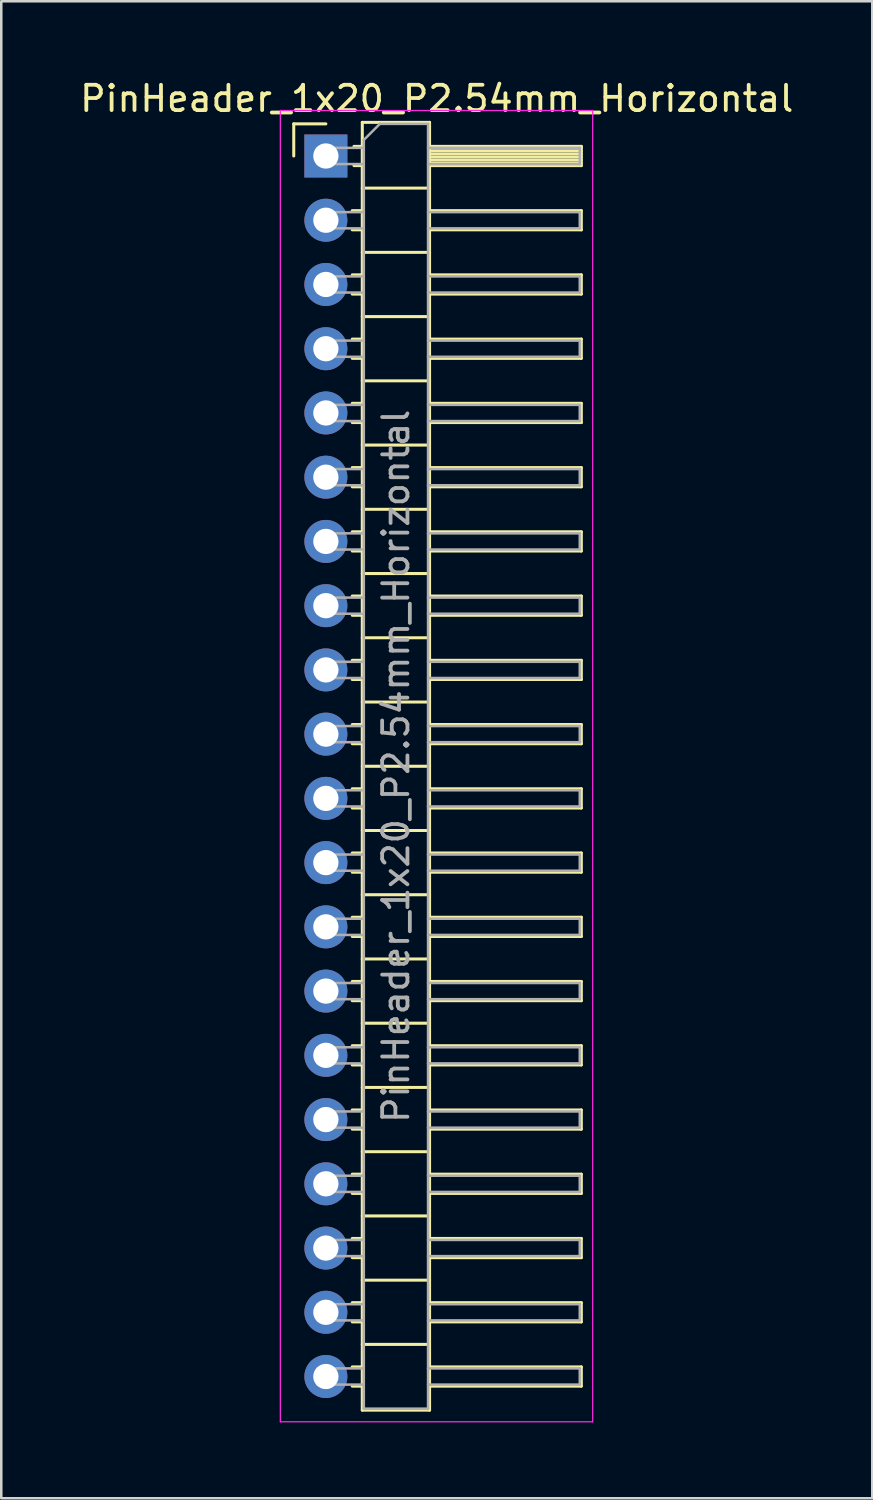
<source format=kicad_pcb>
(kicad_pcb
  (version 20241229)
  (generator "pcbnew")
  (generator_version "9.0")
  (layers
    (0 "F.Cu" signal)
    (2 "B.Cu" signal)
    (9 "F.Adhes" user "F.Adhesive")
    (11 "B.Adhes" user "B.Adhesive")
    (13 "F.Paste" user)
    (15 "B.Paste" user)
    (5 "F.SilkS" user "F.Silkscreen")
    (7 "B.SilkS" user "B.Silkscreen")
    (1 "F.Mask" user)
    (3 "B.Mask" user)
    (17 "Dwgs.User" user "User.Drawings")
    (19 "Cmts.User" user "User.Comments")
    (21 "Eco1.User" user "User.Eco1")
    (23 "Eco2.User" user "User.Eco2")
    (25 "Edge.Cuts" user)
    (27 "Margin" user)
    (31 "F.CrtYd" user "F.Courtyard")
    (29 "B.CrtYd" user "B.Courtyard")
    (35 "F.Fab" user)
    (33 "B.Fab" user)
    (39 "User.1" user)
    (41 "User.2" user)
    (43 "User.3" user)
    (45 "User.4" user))
  (footprint "PinHeader_1x20_P2.54mm_Horizontal"
    (layer "F.Cu")
    (at 9.835 3.118)
    (property "Reference" "PinHeader_1x20_P2.54mm_Horizontal" (at 4.385 -2.27 0) (layer "F.SilkS") (effects (font (size 1 1) (thickness 0.15))))
    (attr through_hole)
    (fp_line (start -1.27 -1.27) (end 0 -1.27) (stroke (width 0.12) (type solid)) (layer "F.SilkS"))
    (fp_line (start -1.27 0) (end -1.27 -1.27) (stroke (width 0.12) (type solid)) (layer "F.SilkS"))
    (fp_line (start 1.043 2.16) (end 1.44 2.16) (stroke (width 0.12) (type solid)) (layer "F.SilkS"))
    (fp_line (start 1.043 2.92) (end 1.44 2.92) (stroke (width 0.12) (type solid)) (layer "F.SilkS"))
    (fp_line (start 1.043 4.7) (end 1.44 4.7) (stroke (width 0.12) (type solid)) (layer "F.SilkS"))
    (fp_line (start 1.043 5.46) (end 1.44 5.46) (stroke (width 0.12) (type solid)) (layer "F.SilkS"))
    (fp_line (start 1.043 7.24) (end 1.44 7.24) (stroke (width 0.12) (type solid)) (layer "F.SilkS"))
    (fp_line (start 1.043 8) (end 1.44 8) (stroke (width 0.12) (type solid)) (layer "F.SilkS"))
    (fp_line (start 1.043 9.78) (end 1.44 9.78) (stroke (width 0.12) (type solid)) (layer "F.SilkS"))
    (fp_line (start 1.043 10.54) (end 1.44 10.54) (stroke (width 0.12) (type solid)) (layer "F.SilkS"))
    (fp_line (start 1.043 12.32) (end 1.44 12.32) (stroke (width 0.12) (type solid)) (layer "F.SilkS"))
    (fp_line (start 1.043 13.08) (end 1.44 13.08) (stroke (width 0.12) (type solid)) (layer "F.SilkS"))
    (fp_line (start 1.043 14.86) (end 1.44 14.86) (stroke (width 0.12) (type solid)) (layer "F.SilkS"))
    (fp_line (start 1.043 15.62) (end 1.44 15.62) (stroke (width 0.12) (type solid)) (layer "F.SilkS"))
    (fp_line (start 1.043 17.4) (end 1.44 17.4) (stroke (width 0.12) (type solid)) (layer "F.SilkS"))
    (fp_line (start 1.043 18.16) (end 1.44 18.16) (stroke (width 0.12) (type solid)) (layer "F.SilkS"))
    (fp_line (start 1.043 19.94) (end 1.44 19.94) (stroke (width 0.12) (type solid)) (layer "F.SilkS"))
    (fp_line (start 1.043 20.7) (end 1.44 20.7) (stroke (width 0.12) (type solid)) (layer "F.SilkS"))
    (fp_line (start 1.043 22.48) (end 1.44 22.48) (stroke (width 0.12) (type solid)) (layer "F.SilkS"))
    (fp_line (start 1.043 23.24) (end 1.44 23.24) (stroke (width 0.12) (type solid)) (layer "F.SilkS"))
    (fp_line (start 1.043 25.02) (end 1.44 25.02) (stroke (width 0.12) (type solid)) (layer "F.SilkS"))
    (fp_line (start 1.043 25.78) (end 1.44 25.78) (stroke (width 0.12) (type solid)) (layer "F.SilkS"))
    (fp_line (start 1.043 27.56) (end 1.44 27.56) (stroke (width 0.12) (type solid)) (layer "F.SilkS"))
    (fp_line (start 1.043 28.32) (end 1.44 28.32) (stroke (width 0.12) (type solid)) (layer "F.SilkS"))
    (fp_line (start 1.043 30.1) (end 1.44 30.1) (stroke (width 0.12) (type solid)) (layer "F.SilkS"))
    (fp_line (start 1.043 30.86) (end 1.44 30.86) (stroke (width 0.12) (type solid)) (layer "F.SilkS"))
    (fp_line (start 1.043 32.64) (end 1.44 32.64) (stroke (width 0.12) (type solid)) (layer "F.SilkS"))
    (fp_line (start 1.043 33.4) (end 1.44 33.4) (stroke (width 0.12) (type solid)) (layer "F.SilkS"))
    (fp_line (start 1.043 35.18) (end 1.44 35.18) (stroke (width 0.12) (type solid)) (layer "F.SilkS"))
    (fp_line (start 1.043 35.94) (end 1.44 35.94) (stroke (width 0.12) (type solid)) (layer "F.SilkS"))
    (fp_line (start 1.043 37.72) (end 1.44 37.72) (stroke (width 0.12) (type solid)) (layer "F.SilkS"))
    (fp_line (start 1.043 38.48) (end 1.44 38.48) (stroke (width 0.12) (type solid)) (layer "F.SilkS"))
    (fp_line (start 1.043 40.26) (end 1.44 40.26) (stroke (width 0.12) (type solid)) (layer "F.SilkS"))
    (fp_line (start 1.043 41.02) (end 1.44 41.02) (stroke (width 0.12) (type solid)) (layer "F.SilkS"))
    (fp_line (start 1.043 42.8) (end 1.44 42.8) (stroke (width 0.12) (type solid)) (layer "F.SilkS"))
    (fp_line (start 1.043 43.56) (end 1.44 43.56) (stroke (width 0.12) (type solid)) (layer "F.SilkS"))
    (fp_line (start 1.043 45.34) (end 1.44 45.34) (stroke (width 0.12) (type solid)) (layer "F.SilkS"))
    (fp_line (start 1.043 46.1) (end 1.44 46.1) (stroke (width 0.12) (type solid)) (layer "F.SilkS"))
    (fp_line (start 1.043 47.88) (end 1.44 47.88) (stroke (width 0.12) (type solid)) (layer "F.SilkS"))
    (fp_line (start 1.043 48.64) (end 1.44 48.64) (stroke (width 0.12) (type solid)) (layer "F.SilkS"))
    (fp_line (start 1.11 -0.38) (end 1.44 -0.38) (stroke (width 0.12) (type solid)) (layer "F.SilkS"))
    (fp_line (start 1.11 0.38) (end 1.44 0.38) (stroke (width 0.12) (type solid)) (layer "F.SilkS"))
    (fp_line (start 1.44 -1.33) (end 1.44 49.59) (stroke (width 0.12) (type solid)) (layer "F.SilkS"))
    (fp_line (start 1.44 1.27) (end 4.1 1.27) (stroke (width 0.12) (type solid)) (layer "F.SilkS"))
    (fp_line (start 1.44 3.81) (end 4.1 3.81) (stroke (width 0.12) (type solid)) (layer "F.SilkS"))
    (fp_line (start 1.44 6.35) (end 4.1 6.35) (stroke (width 0.12) (type solid)) (layer "F.SilkS"))
    (fp_line (start 1.44 8.89) (end 4.1 8.89) (stroke (width 0.12) (type solid)) (layer "F.SilkS"))
    (fp_line (start 1.44 11.43) (end 4.1 11.43) (stroke (width 0.12) (type solid)) (layer "F.SilkS"))
    (fp_line (start 1.44 13.97) (end 4.1 13.97) (stroke (width 0.12) (type solid)) (layer "F.SilkS"))
    (fp_line (start 1.44 16.51) (end 4.1 16.51) (stroke (width 0.12) (type solid)) (layer "F.SilkS"))
    (fp_line (start 1.44 19.05) (end 4.1 19.05) (stroke (width 0.12) (type solid)) (layer "F.SilkS"))
    (fp_line (start 1.44 21.59) (end 4.1 21.59) (stroke (width 0.12) (type solid)) (layer "F.SilkS"))
    (fp_line (start 1.44 24.13) (end 4.1 24.13) (stroke (width 0.12) (type solid)) (layer "F.SilkS"))
    (fp_line (start 1.44 26.67) (end 4.1 26.67) (stroke (width 0.12) (type solid)) (layer "F.SilkS"))
    (fp_line (start 1.44 29.21) (end 4.1 29.21) (stroke (width 0.12) (type solid)) (layer "F.SilkS"))
    (fp_line (start 1.44 31.75) (end 4.1 31.75) (stroke (width 0.12) (type solid)) (layer "F.SilkS"))
    (fp_line (start 1.44 34.29) (end 4.1 34.29) (stroke (width 0.12) (type solid)) (layer "F.SilkS"))
    (fp_line (start 1.44 36.83) (end 4.1 36.83) (stroke (width 0.12) (type solid)) (layer "F.SilkS"))
    (fp_line (start 1.44 39.37) (end 4.1 39.37) (stroke (width 0.12) (type solid)) (layer "F.SilkS"))
    (fp_line (start 1.44 41.91) (end 4.1 41.91) (stroke (width 0.12) (type solid)) (layer "F.SilkS"))
    (fp_line (start 1.44 44.45) (end 4.1 44.45) (stroke (width 0.12) (type solid)) (layer "F.SilkS"))
    (fp_line (start 1.44 46.99) (end 4.1 46.99) (stroke (width 0.12) (type solid)) (layer "F.SilkS"))
    (fp_line (start 1.44 49.59) (end 4.1 49.59) (stroke (width 0.12) (type solid)) (layer "F.SilkS"))
    (fp_line (start 4.1 -1.33) (end 1.44 -1.33) (stroke (width 0.12) (type solid)) (layer "F.SilkS"))
    (fp_line (start 4.1 -0.38) (end 10.1 -0.38) (stroke (width 0.12) (type solid)) (layer "F.SilkS"))
    (fp_line (start 4.1 -0.32) (end 10.1 -0.32) (stroke (width 0.12) (type solid)) (layer "F.SilkS"))
    (fp_line (start 4.1 -0.2) (end 10.1 -0.2) (stroke (width 0.12) (type solid)) (layer "F.SilkS"))
    (fp_line (start 4.1 -0.08) (end 10.1 -0.08) (stroke (width 0.12) (type solid)) (layer "F.SilkS"))
    (fp_line (start 4.1 0.04) (end 10.1 0.04) (stroke (width 0.12) (type solid)) (layer "F.SilkS"))
    (fp_line (start 4.1 0.16) (end 10.1 0.16) (stroke (width 0.12) (type solid)) (layer "F.SilkS"))
    (fp_line (start 4.1 0.28) (end 10.1 0.28) (stroke (width 0.12) (type solid)) (layer "F.SilkS"))
    (fp_line (start 4.1 2.16) (end 10.1 2.16) (stroke (width 0.12) (type solid)) (layer "F.SilkS"))
    (fp_line (start 4.1 4.7) (end 10.1 4.7) (stroke (width 0.12) (type solid)) (layer "F.SilkS"))
    (fp_line (start 4.1 7.24) (end 10.1 7.24) (stroke (width 0.12) (type solid)) (layer "F.SilkS"))
    (fp_line (start 4.1 9.78) (end 10.1 9.78) (stroke (width 0.12) (type solid)) (layer "F.SilkS"))
    (fp_line (start 4.1 12.32) (end 10.1 12.32) (stroke (width 0.12) (type solid)) (layer "F.SilkS"))
    (fp_line (start 4.1 14.86) (end 10.1 14.86) (stroke (width 0.12) (type solid)) (layer "F.SilkS"))
    (fp_line (start 4.1 17.4) (end 10.1 17.4) (stroke (width 0.12) (type solid)) (layer "F.SilkS"))
    (fp_line (start 4.1 19.94) (end 10.1 19.94) (stroke (width 0.12) (type solid)) (layer "F.SilkS"))
    (fp_line (start 4.1 22.48) (end 10.1 22.48) (stroke (width 0.12) (type solid)) (layer "F.SilkS"))
    (fp_line (start 4.1 25.02) (end 10.1 25.02) (stroke (width 0.12) (type solid)) (layer "F.SilkS"))
    (fp_line (start 4.1 27.56) (end 10.1 27.56) (stroke (width 0.12) (type solid)) (layer "F.SilkS"))
    (fp_line (start 4.1 30.1) (end 10.1 30.1) (stroke (width 0.12) (type solid)) (layer "F.SilkS"))
    (fp_line (start 4.1 32.64) (end 10.1 32.64) (stroke (width 0.12) (type solid)) (layer "F.SilkS"))
    (fp_line (start 4.1 35.18) (end 10.1 35.18) (stroke (width 0.12) (type solid)) (layer "F.SilkS"))
    (fp_line (start 4.1 37.72) (end 10.1 37.72) (stroke (width 0.12) (type solid)) (layer "F.SilkS"))
    (fp_line (start 4.1 40.26) (end 10.1 40.26) (stroke (width 0.12) (type solid)) (layer "F.SilkS"))
    (fp_line (start 4.1 42.8) (end 10.1 42.8) (stroke (width 0.12) (type solid)) (layer "F.SilkS"))
    (fp_line (start 4.1 45.34) (end 10.1 45.34) (stroke (width 0.12) (type solid)) (layer "F.SilkS"))
    (fp_line (start 4.1 47.88) (end 10.1 47.88) (stroke (width 0.12) (type solid)) (layer "F.SilkS"))
    (fp_line (start 4.1 49.59) (end 4.1 -1.33) (stroke (width 0.12) (type solid)) (layer "F.SilkS"))
    (fp_line (start 10.1 -0.38) (end 10.1 0.38) (stroke (width 0.12) (type solid)) (layer "F.SilkS"))
    (fp_line (start 10.1 0.38) (end 4.1 0.38) (stroke (width 0.12) (type solid)) (layer "F.SilkS"))
    (fp_line (start 10.1 2.16) (end 10.1 2.92) (stroke (width 0.12) (type solid)) (layer "F.SilkS"))
    (fp_line (start 10.1 2.92) (end 4.1 2.92) (stroke (width 0.12) (type solid)) (layer "F.SilkS"))
    (fp_line (start 10.1 4.7) (end 10.1 5.46) (stroke (width 0.12) (type solid)) (layer "F.SilkS"))
    (fp_line (start 10.1 5.46) (end 4.1 5.46) (stroke (width 0.12) (type solid)) (layer "F.SilkS"))
    (fp_line (start 10.1 7.24) (end 10.1 8) (stroke (width 0.12) (type solid)) (layer "F.SilkS"))
    (fp_line (start 10.1 8) (end 4.1 8) (stroke (width 0.12) (type solid)) (layer "F.SilkS"))
    (fp_line (start 10.1 9.78) (end 10.1 10.54) (stroke (width 0.12) (type solid)) (layer "F.SilkS"))
    (fp_line (start 10.1 10.54) (end 4.1 10.54) (stroke (width 0.12) (type solid)) (layer "F.SilkS"))
    (fp_line (start 10.1 12.32) (end 10.1 13.08) (stroke (width 0.12) (type solid)) (layer "F.SilkS"))
    (fp_line (start 10.1 13.08) (end 4.1 13.08) (stroke (width 0.12) (type solid)) (layer "F.SilkS"))
    (fp_line (start 10.1 14.86) (end 10.1 15.62) (stroke (width 0.12) (type solid)) (layer "F.SilkS"))
    (fp_line (start 10.1 15.62) (end 4.1 15.62) (stroke (width 0.12) (type solid)) (layer "F.SilkS"))
    (fp_line (start 10.1 17.4) (end 10.1 18.16) (stroke (width 0.12) (type solid)) (layer "F.SilkS"))
    (fp_line (start 10.1 18.16) (end 4.1 18.16) (stroke (width 0.12) (type solid)) (layer "F.SilkS"))
    (fp_line (start 10.1 19.94) (end 10.1 20.7) (stroke (width 0.12) (type solid)) (layer "F.SilkS"))
    (fp_line (start 10.1 20.7) (end 4.1 20.7) (stroke (width 0.12) (type solid)) (layer "F.SilkS"))
    (fp_line (start 10.1 22.48) (end 10.1 23.24) (stroke (width 0.12) (type solid)) (layer "F.SilkS"))
    (fp_line (start 10.1 23.24) (end 4.1 23.24) (stroke (width 0.12) (type solid)) (layer "F.SilkS"))
    (fp_line (start 10.1 25.02) (end 10.1 25.78) (stroke (width 0.12) (type solid)) (layer "F.SilkS"))
    (fp_line (start 10.1 25.78) (end 4.1 25.78) (stroke (width 0.12) (type solid)) (layer "F.SilkS"))
    (fp_line (start 10.1 27.56) (end 10.1 28.32) (stroke (width 0.12) (type solid)) (layer "F.SilkS"))
    (fp_line (start 10.1 28.32) (end 4.1 28.32) (stroke (width 0.12) (type solid)) (layer "F.SilkS"))
    (fp_line (start 10.1 30.1) (end 10.1 30.86) (stroke (width 0.12) (type solid)) (layer "F.SilkS"))
    (fp_line (start 10.1 30.86) (end 4.1 30.86) (stroke (width 0.12) (type solid)) (layer "F.SilkS"))
    (fp_line (start 10.1 32.64) (end 10.1 33.4) (stroke (width 0.12) (type solid)) (layer "F.SilkS"))
    (fp_line (start 10.1 33.4) (end 4.1 33.4) (stroke (width 0.12) (type solid)) (layer "F.SilkS"))
    (fp_line (start 10.1 35.18) (end 10.1 35.94) (stroke (width 0.12) (type solid)) (layer "F.SilkS"))
    (fp_line (start 10.1 35.94) (end 4.1 35.94) (stroke (width 0.12) (type solid)) (layer "F.SilkS"))
    (fp_line (start 10.1 37.72) (end 10.1 38.48) (stroke (width 0.12) (type solid)) (layer "F.SilkS"))
    (fp_line (start 10.1 38.48) (end 4.1 38.48) (stroke (width 0.12) (type solid)) (layer "F.SilkS"))
    (fp_line (start 10.1 40.26) (end 10.1 41.02) (stroke (width 0.12) (type solid)) (layer "F.SilkS"))
    (fp_line (start 10.1 41.02) (end 4.1 41.02) (stroke (width 0.12) (type solid)) (layer "F.SilkS"))
    (fp_line (start 10.1 42.8) (end 10.1 43.56) (stroke (width 0.12) (type solid)) (layer "F.SilkS"))
    (fp_line (start 10.1 43.56) (end 4.1 43.56) (stroke (width 0.12) (type solid)) (layer "F.SilkS"))
    (fp_line (start 10.1 45.34) (end 10.1 46.1) (stroke (width 0.12) (type solid)) (layer "F.SilkS"))
    (fp_line (start 10.1 46.1) (end 4.1 46.1) (stroke (width 0.12) (type solid)) (layer "F.SilkS"))
    (fp_line (start 10.1 47.88) (end 10.1 48.64) (stroke (width 0.12) (type solid)) (layer "F.SilkS"))
    (fp_line (start 10.1 48.64) (end 4.1 48.64) (stroke (width 0.12) (type solid)) (layer "F.SilkS"))
    (fp_line (start -1.8 -1.8) (end -1.8 50.05) (stroke (width 0.05) (type solid)) (layer "F.CrtYd"))
    (fp_line (start -1.8 50.05) (end 10.55 50.05) (stroke (width 0.05) (type solid)) (layer "F.CrtYd"))
    (fp_line (start 10.55 -1.8) (end -1.8 -1.8) (stroke (width 0.05) (type solid)) (layer "F.CrtYd"))
    (fp_line (start 10.55 50.05) (end 10.55 -1.8) (stroke (width 0.05) (type solid)) (layer "F.CrtYd"))
    (fp_line (start -0.32 -0.32) (end -0.32 0.32) (stroke (width 0.1) (type solid)) (layer "F.Fab"))
    (fp_line (start -0.32 -0.32) (end 1.5 -0.32) (stroke (width 0.1) (type solid)) (layer "F.Fab"))
    (fp_line (start -0.32 0.32) (end 1.5 0.32) (stroke (width 0.1) (type solid)) (layer "F.Fab"))
    (fp_line (start -0.32 2.22) (end -0.32 2.86) (stroke (width 0.1) (type solid)) (layer "F.Fab"))
    (fp_line (start -0.32 2.22) (end 1.5 2.22) (stroke (width 0.1) (type solid)) (layer "F.Fab"))
    (fp_line (start -0.32 2.86) (end 1.5 2.86) (stroke (width 0.1) (type solid)) (layer "F.Fab"))
    (fp_line (start -0.32 4.76) (end -0.32 5.4) (stroke (width 0.1) (type solid)) (layer "F.Fab"))
    (fp_line (start -0.32 4.76) (end 1.5 4.76) (stroke (width 0.1) (type solid)) (layer "F.Fab"))
    (fp_line (start -0.32 5.4) (end 1.5 5.4) (stroke (width 0.1) (type solid)) (layer "F.Fab"))
    (fp_line (start -0.32 7.3) (end -0.32 7.94) (stroke (width 0.1) (type solid)) (layer "F.Fab"))
    (fp_line (start -0.32 7.3) (end 1.5 7.3) (stroke (width 0.1) (type solid)) (layer "F.Fab"))
    (fp_line (start -0.32 7.94) (end 1.5 7.94) (stroke (width 0.1) (type solid)) (layer "F.Fab"))
    (fp_line (start -0.32 9.84) (end -0.32 10.48) (stroke (width 0.1) (type solid)) (layer "F.Fab"))
    (fp_line (start -0.32 9.84) (end 1.5 9.84) (stroke (width 0.1) (type solid)) (layer "F.Fab"))
    (fp_line (start -0.32 10.48) (end 1.5 10.48) (stroke (width 0.1) (type solid)) (layer "F.Fab"))
    (fp_line (start -0.32 12.38) (end -0.32 13.02) (stroke (width 0.1) (type solid)) (layer "F.Fab"))
    (fp_line (start -0.32 12.38) (end 1.5 12.38) (stroke (width 0.1) (type solid)) (layer "F.Fab"))
    (fp_line (start -0.32 13.02) (end 1.5 13.02) (stroke (width 0.1) (type solid)) (layer "F.Fab"))
    (fp_line (start -0.32 14.92) (end -0.32 15.56) (stroke (width 0.1) (type solid)) (layer "F.Fab"))
    (fp_line (start -0.32 14.92) (end 1.5 14.92) (stroke (width 0.1) (type solid)) (layer "F.Fab"))
    (fp_line (start -0.32 15.56) (end 1.5 15.56) (stroke (width 0.1) (type solid)) (layer "F.Fab"))
    (fp_line (start -0.32 17.46) (end -0.32 18.1) (stroke (width 0.1) (type solid)) (layer "F.Fab"))
    (fp_line (start -0.32 17.46) (end 1.5 17.46) (stroke (width 0.1) (type solid)) (layer "F.Fab"))
    (fp_line (start -0.32 18.1) (end 1.5 18.1) (stroke (width 0.1) (type solid)) (layer "F.Fab"))
    (fp_line (start -0.32 20) (end -0.32 20.64) (stroke (width 0.1) (type solid)) (layer "F.Fab"))
    (fp_line (start -0.32 20) (end 1.5 20) (stroke (width 0.1) (type solid)) (layer "F.Fab"))
    (fp_line (start -0.32 20.64) (end 1.5 20.64) (stroke (width 0.1) (type solid)) (layer "F.Fab"))
    (fp_line (start -0.32 22.54) (end -0.32 23.18) (stroke (width 0.1) (type solid)) (layer "F.Fab"))
    (fp_line (start -0.32 22.54) (end 1.5 22.54) (stroke (width 0.1) (type solid)) (layer "F.Fab"))
    (fp_line (start -0.32 23.18) (end 1.5 23.18) (stroke (width 0.1) (type solid)) (layer "F.Fab"))
    (fp_line (start -0.32 25.08) (end -0.32 25.72) (stroke (width 0.1) (type solid)) (layer "F.Fab"))
    (fp_line (start -0.32 25.08) (end 1.5 25.08) (stroke (width 0.1) (type solid)) (layer "F.Fab"))
    (fp_line (start -0.32 25.72) (end 1.5 25.72) (stroke (width 0.1) (type solid)) (layer "F.Fab"))
    (fp_line (start -0.32 27.62) (end -0.32 28.26) (stroke (width 0.1) (type solid)) (layer "F.Fab"))
    (fp_line (start -0.32 27.62) (end 1.5 27.62) (stroke (width 0.1) (type solid)) (layer "F.Fab"))
    (fp_line (start -0.32 28.26) (end 1.5 28.26) (stroke (width 0.1) (type solid)) (layer "F.Fab"))
    (fp_line (start -0.32 30.16) (end -0.32 30.8) (stroke (width 0.1) (type solid)) (layer "F.Fab"))
    (fp_line (start -0.32 30.16) (end 1.5 30.16) (stroke (width 0.1) (type solid)) (layer "F.Fab"))
    (fp_line (start -0.32 30.8) (end 1.5 30.8) (stroke (width 0.1) (type solid)) (layer "F.Fab"))
    (fp_line (start -0.32 32.7) (end -0.32 33.34) (stroke (width 0.1) (type solid)) (layer "F.Fab"))
    (fp_line (start -0.32 32.7) (end 1.5 32.7) (stroke (width 0.1) (type solid)) (layer "F.Fab"))
    (fp_line (start -0.32 33.34) (end 1.5 33.34) (stroke (width 0.1) (type solid)) (layer "F.Fab"))
    (fp_line (start -0.32 35.24) (end -0.32 35.88) (stroke (width 0.1) (type solid)) (layer "F.Fab"))
    (fp_line (start -0.32 35.24) (end 1.5 35.24) (stroke (width 0.1) (type solid)) (layer "F.Fab"))
    (fp_line (start -0.32 35.88) (end 1.5 35.88) (stroke (width 0.1) (type solid)) (layer "F.Fab"))
    (fp_line (start -0.32 37.78) (end -0.32 38.42) (stroke (width 0.1) (type solid)) (layer "F.Fab"))
    (fp_line (start -0.32 37.78) (end 1.5 37.78) (stroke (width 0.1) (type solid)) (layer "F.Fab"))
    (fp_line (start -0.32 38.42) (end 1.5 38.42) (stroke (width 0.1) (type solid)) (layer "F.Fab"))
    (fp_line (start -0.32 40.32) (end -0.32 40.96) (stroke (width 0.1) (type solid)) (layer "F.Fab"))
    (fp_line (start -0.32 40.32) (end 1.5 40.32) (stroke (width 0.1) (type solid)) (layer "F.Fab"))
    (fp_line (start -0.32 40.96) (end 1.5 40.96) (stroke (width 0.1) (type solid)) (layer "F.Fab"))
    (fp_line (start -0.32 42.86) (end -0.32 43.5) (stroke (width 0.1) (type solid)) (layer "F.Fab"))
    (fp_line (start -0.32 42.86) (end 1.5 42.86) (stroke (width 0.1) (type solid)) (layer "F.Fab"))
    (fp_line (start -0.32 43.5) (end 1.5 43.5) (stroke (width 0.1) (type solid)) (layer "F.Fab"))
    (fp_line (start -0.32 45.4) (end -0.32 46.04) (stroke (width 0.1) (type solid)) (layer "F.Fab"))
    (fp_line (start -0.32 45.4) (end 1.5 45.4) (stroke (width 0.1) (type solid)) (layer "F.Fab"))
    (fp_line (start -0.32 46.04) (end 1.5 46.04) (stroke (width 0.1) (type solid)) (layer "F.Fab"))
    (fp_line (start -0.32 47.94) (end -0.32 48.58) (stroke (width 0.1) (type solid)) (layer "F.Fab"))
    (fp_line (start -0.32 47.94) (end 1.5 47.94) (stroke (width 0.1) (type solid)) (layer "F.Fab"))
    (fp_line (start -0.32 48.58) (end 1.5 48.58) (stroke (width 0.1) (type solid)) (layer "F.Fab"))
    (fp_line (start 1.5 -0.635) (end 2.135 -1.27) (stroke (width 0.1) (type solid)) (layer "F.Fab"))
    (fp_line (start 1.5 49.53) (end 1.5 -0.635) (stroke (width 0.1) (type solid)) (layer "F.Fab"))
    (fp_line (start 2.135 -1.27) (end 4.04 -1.27) (stroke (width 0.1) (type solid)) (layer "F.Fab"))
    (fp_line (start 4.04 -1.27) (end 4.04 49.53) (stroke (width 0.1) (type solid)) (layer "F.Fab"))
    (fp_line (start 4.04 -0.32) (end 10.04 -0.32) (stroke (width 0.1) (type solid)) (layer "F.Fab"))
    (fp_line (start 4.04 0.32) (end 10.04 0.32) (stroke (width 0.1) (type solid)) (layer "F.Fab"))
    (fp_line (start 4.04 2.22) (end 10.04 2.22) (stroke (width 0.1) (type solid)) (layer "F.Fab"))
    (fp_line (start 4.04 2.86) (end 10.04 2.86) (stroke (width 0.1) (type solid)) (layer "F.Fab"))
    (fp_line (start 4.04 4.76) (end 10.04 4.76) (stroke (width 0.1) (type solid)) (layer "F.Fab"))
    (fp_line (start 4.04 5.4) (end 10.04 5.4) (stroke (width 0.1) (type solid)) (layer "F.Fab"))
    (fp_line (start 4.04 7.3) (end 10.04 7.3) (stroke (width 0.1) (type solid)) (layer "F.Fab"))
    (fp_line (start 4.04 7.94) (end 10.04 7.94) (stroke (width 0.1) (type solid)) (layer "F.Fab"))
    (fp_line (start 4.04 9.84) (end 10.04 9.84) (stroke (width 0.1) (type solid)) (layer "F.Fab"))
    (fp_line (start 4.04 10.48) (end 10.04 10.48) (stroke (width 0.1) (type solid)) (layer "F.Fab"))
    (fp_line (start 4.04 12.38) (end 10.04 12.38) (stroke (width 0.1) (type solid)) (layer "F.Fab"))
    (fp_line (start 4.04 13.02) (end 10.04 13.02) (stroke (width 0.1) (type solid)) (layer "F.Fab"))
    (fp_line (start 4.04 14.92) (end 10.04 14.92) (stroke (width 0.1) (type solid)) (layer "F.Fab"))
    (fp_line (start 4.04 15.56) (end 10.04 15.56) (stroke (width 0.1) (type solid)) (layer "F.Fab"))
    (fp_line (start 4.04 17.46) (end 10.04 17.46) (stroke (width 0.1) (type solid)) (layer "F.Fab"))
    (fp_line (start 4.04 18.1) (end 10.04 18.1) (stroke (width 0.1) (type solid)) (layer "F.Fab"))
    (fp_line (start 4.04 20) (end 10.04 20) (stroke (width 0.1) (type solid)) (layer "F.Fab"))
    (fp_line (start 4.04 20.64) (end 10.04 20.64) (stroke (width 0.1) (type solid)) (layer "F.Fab"))
    (fp_line (start 4.04 22.54) (end 10.04 22.54) (stroke (width 0.1) (type solid)) (layer "F.Fab"))
    (fp_line (start 4.04 23.18) (end 10.04 23.18) (stroke (width 0.1) (type solid)) (layer "F.Fab"))
    (fp_line (start 4.04 25.08) (end 10.04 25.08) (stroke (width 0.1) (type solid)) (layer "F.Fab"))
    (fp_line (start 4.04 25.72) (end 10.04 25.72) (stroke (width 0.1) (type solid)) (layer "F.Fab"))
    (fp_line (start 4.04 27.62) (end 10.04 27.62) (stroke (width 0.1) (type solid)) (layer "F.Fab"))
    (fp_line (start 4.04 28.26) (end 10.04 28.26) (stroke (width 0.1) (type solid)) (layer "F.Fab"))
    (fp_line (start 4.04 30.16) (end 10.04 30.16) (stroke (width 0.1) (type solid)) (layer "F.Fab"))
    (fp_line (start 4.04 30.8) (end 10.04 30.8) (stroke (width 0.1) (type solid)) (layer "F.Fab"))
    (fp_line (start 4.04 32.7) (end 10.04 32.7) (stroke (width 0.1) (type solid)) (layer "F.Fab"))
    (fp_line (start 4.04 33.34) (end 10.04 33.34) (stroke (width 0.1) (type solid)) (layer "F.Fab"))
    (fp_line (start 4.04 35.24) (end 10.04 35.24) (stroke (width 0.1) (type solid)) (layer "F.Fab"))
    (fp_line (start 4.04 35.88) (end 10.04 35.88) (stroke (width 0.1) (type solid)) (layer "F.Fab"))
    (fp_line (start 4.04 37.78) (end 10.04 37.78) (stroke (width 0.1) (type solid)) (layer "F.Fab"))
    (fp_line (start 4.04 38.42) (end 10.04 38.42) (stroke (width 0.1) (type solid)) (layer "F.Fab"))
    (fp_line (start 4.04 40.32) (end 10.04 40.32) (stroke (width 0.1) (type solid)) (layer "F.Fab"))
    (fp_line (start 4.04 40.96) (end 10.04 40.96) (stroke (width 0.1) (type solid)) (layer "F.Fab"))
    (fp_line (start 4.04 42.86) (end 10.04 42.86) (stroke (width 0.1) (type solid)) (layer "F.Fab"))
    (fp_line (start 4.04 43.5) (end 10.04 43.5) (stroke (width 0.1) (type solid)) (layer "F.Fab"))
    (fp_line (start 4.04 45.4) (end 10.04 45.4) (stroke (width 0.1) (type solid)) (layer "F.Fab"))
    (fp_line (start 4.04 46.04) (end 10.04 46.04) (stroke (width 0.1) (type solid)) (layer "F.Fab"))
    (fp_line (start 4.04 47.94) (end 10.04 47.94) (stroke (width 0.1) (type solid)) (layer "F.Fab"))
    (fp_line (start 4.04 48.58) (end 10.04 48.58) (stroke (width 0.1) (type solid)) (layer "F.Fab"))
    (fp_line (start 4.04 49.53) (end 1.5 49.53) (stroke (width 0.1) (type solid)) (layer "F.Fab"))
    (fp_line (start 10.04 -0.32) (end 10.04 0.32) (stroke (width 0.1) (type solid)) (layer "F.Fab"))
    (fp_line (start 10.04 2.22) (end 10.04 2.86) (stroke (width 0.1) (type solid)) (layer "F.Fab"))
    (fp_line (start 10.04 4.76) (end 10.04 5.4) (stroke (width 0.1) (type solid)) (layer "F.Fab"))
    (fp_line (start 10.04 7.3) (end 10.04 7.94) (stroke (width 0.1) (type solid)) (layer "F.Fab"))
    (fp_line (start 10.04 9.84) (end 10.04 10.48) (stroke (width 0.1) (type solid)) (layer "F.Fab"))
    (fp_line (start 10.04 12.38) (end 10.04 13.02) (stroke (width 0.1) (type solid)) (layer "F.Fab"))
    (fp_line (start 10.04 14.92) (end 10.04 15.56) (stroke (width 0.1) (type solid)) (layer "F.Fab"))
    (fp_line (start 10.04 17.46) (end 10.04 18.1) (stroke (width 0.1) (type solid)) (layer "F.Fab"))
    (fp_line (start 10.04 20) (end 10.04 20.64) (stroke (width 0.1) (type solid)) (layer "F.Fab"))
    (fp_line (start 10.04 22.54) (end 10.04 23.18) (stroke (width 0.1) (type solid)) (layer "F.Fab"))
    (fp_line (start 10.04 25.08) (end 10.04 25.72) (stroke (width 0.1) (type solid)) (layer "F.Fab"))
    (fp_line (start 10.04 27.62) (end 10.04 28.26) (stroke (width 0.1) (type solid)) (layer "F.Fab"))
    (fp_line (start 10.04 30.16) (end 10.04 30.8) (stroke (width 0.1) (type solid)) (layer "F.Fab"))
    (fp_line (start 10.04 32.7) (end 10.04 33.34) (stroke (width 0.1) (type solid)) (layer "F.Fab"))
    (fp_line (start 10.04 35.24) (end 10.04 35.88) (stroke (width 0.1) (type solid)) (layer "F.Fab"))
    (fp_line (start 10.04 37.78) (end 10.04 38.42) (stroke (width 0.1) (type solid)) (layer "F.Fab"))
    (fp_line (start 10.04 40.32) (end 10.04 40.96) (stroke (width 0.1) (type solid)) (layer "F.Fab"))
    (fp_line (start 10.04 42.86) (end 10.04 43.5) (stroke (width 0.1) (type solid)) (layer "F.Fab"))
    (fp_line (start 10.04 45.4) (end 10.04 46.04) (stroke (width 0.1) (type solid)) (layer "F.Fab"))
    (fp_line (start 10.04 47.94) (end 10.04 48.58) (stroke (width 0.1) (type solid)) (layer "F.Fab"))
    (fp_text user "${REFERENCE}" (at 2.77 24.13 90) (layer "F.Fab") (effects (font (size 1 1) (thickness 0.15))))
    (pad "1" thru_hole rect (at 0 0) (size 1.7 1.7) (drill 1) (layers "*.Cu" "*.Mask"))
    (pad "2" thru_hole oval (at 0 2.54) (size 1.7 1.7) (drill 1) (layers "*.Cu" "*.Mask"))
    (pad "3" thru_hole oval (at 0 5.08) (size 1.7 1.7) (drill 1) (layers "*.Cu" "*.Mask"))
    (pad "4" thru_hole oval (at 0 7.62) (size 1.7 1.7) (drill 1) (layers "*.Cu" "*.Mask"))
    (pad "5" thru_hole oval (at 0 10.16) (size 1.7 1.7) (drill 1) (layers "*.Cu" "*.Mask"))
    (pad "6" thru_hole oval (at 0 12.7) (size 1.7 1.7) (drill 1) (layers "*.Cu" "*.Mask"))
    (pad "7" thru_hole oval (at 0 15.24) (size 1.7 1.7) (drill 1) (layers "*.Cu" "*.Mask"))
    (pad "8" thru_hole oval (at 0 17.78) (size 1.7 1.7) (drill 1) (layers "*.Cu" "*.Mask"))
    (pad "9" thru_hole oval (at 0 20.32) (size 1.7 1.7) (drill 1) (layers "*.Cu" "*.Mask"))
    (pad "10" thru_hole oval (at 0 22.86) (size 1.7 1.7) (drill 1) (layers "*.Cu" "*.Mask"))
    (pad "11" thru_hole oval (at 0 25.4) (size 1.7 1.7) (drill 1) (layers "*.Cu" "*.Mask"))
    (pad "12" thru_hole oval (at 0 27.94) (size 1.7 1.7) (drill 1) (layers "*.Cu" "*.Mask"))
    (pad "13" thru_hole oval (at 0 30.48) (size 1.7 1.7) (drill 1) (layers "*.Cu" "*.Mask"))
    (pad "14" thru_hole oval (at 0 33.02) (size 1.7 1.7) (drill 1) (layers "*.Cu" "*.Mask"))
    (pad "15" thru_hole oval (at 0 35.56) (size 1.7 1.7) (drill 1) (layers "*.Cu" "*.Mask"))
    (pad "16" thru_hole oval (at 0 38.1) (size 1.7 1.7) (drill 1) (layers "*.Cu" "*.Mask"))
    (pad "17" thru_hole oval (at 0 40.64) (size 1.7 1.7) (drill 1) (layers "*.Cu" "*.Mask"))
    (pad "18" thru_hole oval (at 0 43.18) (size 1.7 1.7) (drill 1) (layers "*.Cu" "*.Mask"))
    (pad "19" thru_hole oval (at 0 45.72) (size 1.7 1.7) (drill 1) (layers "*.Cu" "*.Mask"))
    (pad "20" thru_hole oval (at 0 48.26) (size 1.7 1.7) (drill 1) (layers "*.Cu" "*.Mask")))
  (gr_rect
    (start -3 -3)
    (end 31.44 56.193)
    (stroke (width 0.1) (type default))
    (fill no)
    (layer "Edge.Cuts")))
</source>
